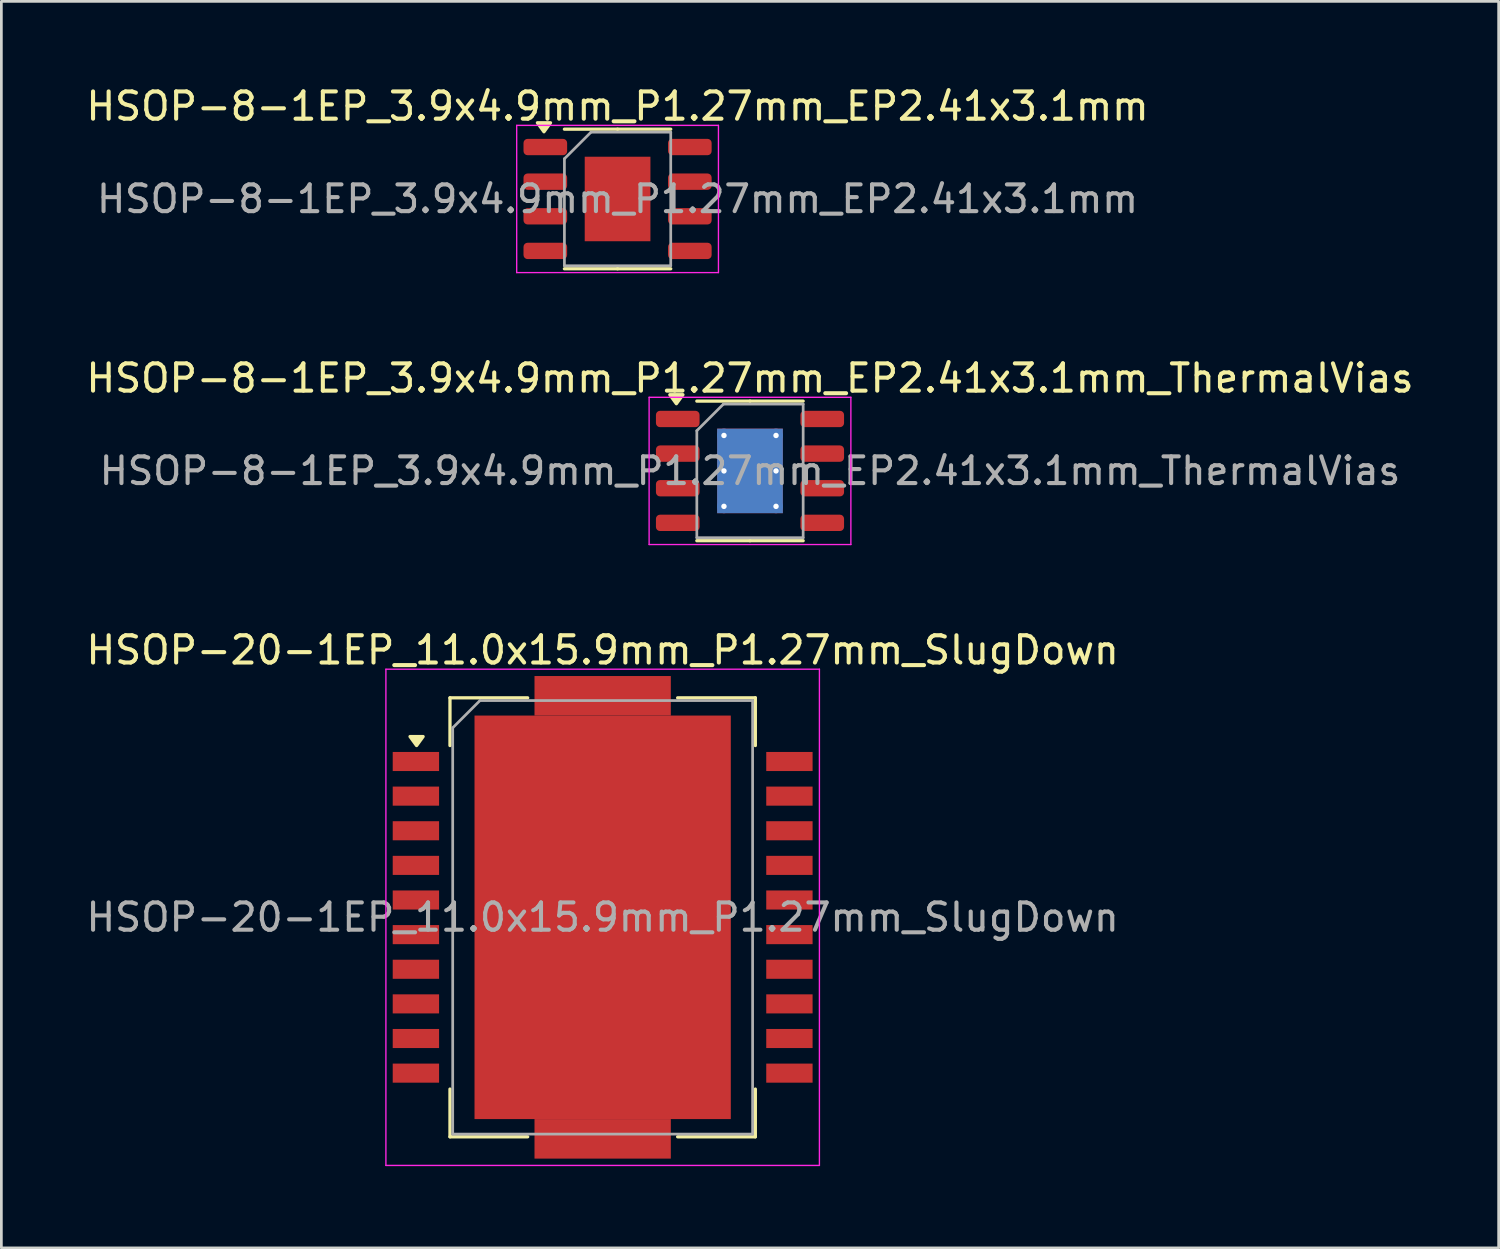
<source format=kicad_pcb>
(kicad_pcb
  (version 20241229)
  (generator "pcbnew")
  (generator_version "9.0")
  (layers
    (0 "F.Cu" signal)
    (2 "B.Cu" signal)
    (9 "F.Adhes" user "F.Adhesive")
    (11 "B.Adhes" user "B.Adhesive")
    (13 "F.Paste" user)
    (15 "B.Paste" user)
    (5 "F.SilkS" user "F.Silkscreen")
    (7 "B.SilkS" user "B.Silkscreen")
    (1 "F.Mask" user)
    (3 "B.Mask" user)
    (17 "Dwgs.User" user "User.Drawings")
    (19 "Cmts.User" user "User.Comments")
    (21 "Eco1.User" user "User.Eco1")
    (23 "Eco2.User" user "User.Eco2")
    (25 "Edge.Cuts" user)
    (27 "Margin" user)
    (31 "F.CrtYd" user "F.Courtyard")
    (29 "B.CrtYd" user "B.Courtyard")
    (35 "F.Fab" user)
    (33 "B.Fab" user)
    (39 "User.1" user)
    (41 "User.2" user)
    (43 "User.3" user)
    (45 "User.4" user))
  (footprint "HSOP-20-1EP_11.0x15.9mm_P1.27mm_SlugDown"
    (layer "F.Cu")
    (at 19.054 30.595)
    (property "Reference" "HSOP-20-1EP_11.0x15.9mm_P1.27mm_SlugDown" (at 0 -9.8 0) (layer "F.SilkS") (effects (font (size 1 1) (thickness 0.15))))
    (attr smd)
    (fp_line (start -5.6 -8.05) (end -5.6 -6.3) (stroke (width 0.12) (type solid)) (layer "F.SilkS"))
    (fp_line (start -5.6 8.05) (end -5.6 6.3) (stroke (width 0.12) (type solid)) (layer "F.SilkS"))
    (fp_line (start -2.75 -8.05) (end -5.6 -8.05) (stroke (width 0.12) (type solid)) (layer "F.SilkS"))
    (fp_line (start -2.75 8.05) (end -5.6 8.05) (stroke (width 0.12) (type solid)) (layer "F.SilkS"))
    (fp_line (start 5.6 -8.05) (end 2.75 -8.05) (stroke (width 0.12) (type solid)) (layer "F.SilkS"))
    (fp_line (start 5.6 -8.05) (end 5.6 -6.3) (stroke (width 0.12) (type solid)) (layer "F.SilkS"))
    (fp_line (start 5.6 8.05) (end 2.75 8.05) (stroke (width 0.12) (type solid)) (layer "F.SilkS"))
    (fp_line (start 5.6 8.05) (end 5.6 6.3) (stroke (width 0.12) (type solid)) (layer "F.SilkS"))
    (fp_poly (pts (xy -6.825 -6.3) (xy -7.065 -6.63) (xy -6.585 -6.63) (xy -6.825 -6.3)) (stroke (width 0.12) (type solid)) (fill yes) (layer "F.SilkS"))
    (fp_line (start -7.95 -9.1) (end -7.95 9.1) (stroke (width 0.05) (type solid)) (layer "F.CrtYd"))
    (fp_line (start -7.95 -9.1) (end 7.95 -9.1) (stroke (width 0.05) (type solid)) (layer "F.CrtYd"))
    (fp_line (start 7.95 9.1) (end -7.95 9.1) (stroke (width 0.05) (type solid)) (layer "F.CrtYd"))
    (fp_line (start 7.95 9.1) (end 7.95 -9.1) (stroke (width 0.05) (type solid)) (layer "F.CrtYd"))
    (fp_line (start -5.5 -6.95) (end -5.5 7.95) (stroke (width 0.1) (type solid)) (layer "F.Fab"))
    (fp_line (start -5.5 7.95) (end 5.5 7.95) (stroke (width 0.1) (type solid)) (layer "F.Fab"))
    (fp_line (start -4.5 -7.95) (end -5.5 -6.95) (stroke (width 0.1) (type solid)) (layer "F.Fab"))
    (fp_line (start 5.5 -7.95) (end -4.5 -7.95) (stroke (width 0.1) (type solid)) (layer "F.Fab"))
    (fp_line (start 5.5 7.95) (end 5.5 -7.95) (stroke (width 0.1) (type solid)) (layer "F.Fab"))
    (fp_text user "${REFERENCE}" (at 0 0 0) (layer "F.Fab") (effects (font (size 1 1) (thickness 0.15))))
    (pad "1" smd rect (at -6.85 -5.715) (size 1.7 0.7) (layers "F.Cu" "F.Mask" "F.Paste"))
    (pad "2" smd rect (at -6.85 -4.445) (size 1.7 0.7) (layers "F.Cu" "F.Mask" "F.Paste"))
    (pad "3" smd rect (at -6.85 -3.175) (size 1.7 0.7) (layers "F.Cu" "F.Mask" "F.Paste"))
    (pad "4" smd rect (at -6.85 -1.905) (size 1.7 0.7) (layers "F.Cu" "F.Mask" "F.Paste"))
    (pad "5" smd rect (at -6.85 -0.635) (size 1.7 0.7) (layers "F.Cu" "F.Mask" "F.Paste"))
    (pad "6" smd rect (at -6.85 0.635) (size 1.7 0.7) (layers "F.Cu" "F.Mask" "F.Paste"))
    (pad "7" smd rect (at -6.85 1.905) (size 1.7 0.7) (layers "F.Cu" "F.Mask" "F.Paste"))
    (pad "8" smd rect (at -6.85 3.175) (size 1.7 0.7) (layers "F.Cu" "F.Mask" "F.Paste"))
    (pad "9" smd rect (at -6.85 4.445) (size 1.7 0.7) (layers "F.Cu" "F.Mask" "F.Paste"))
    (pad "10" smd rect (at -6.85 5.715) (size 1.7 0.7) (layers "F.Cu" "F.Mask" "F.Paste"))
    (pad "11" smd rect (at 6.85 5.715) (size 1.7 0.7) (layers "F.Cu" "F.Mask" "F.Paste"))
    (pad "12" smd rect (at 6.85 4.445) (size 1.7 0.7) (layers "F.Cu" "F.Mask" "F.Paste"))
    (pad "13" smd rect (at 6.85 3.175) (size 1.7 0.7) (layers "F.Cu" "F.Mask" "F.Paste"))
    (pad "14" smd rect (at 6.85 1.905) (size 1.7 0.7) (layers "F.Cu" "F.Mask" "F.Paste"))
    (pad "15" smd rect (at 6.85 0.635) (size 1.7 0.7) (layers "F.Cu" "F.Mask" "F.Paste"))
    (pad "16" smd rect (at 6.85 -0.635) (size 1.7 0.7) (layers "F.Cu" "F.Mask" "F.Paste"))
    (pad "17" smd rect (at 6.85 -1.905) (size 1.7 0.7) (layers "F.Cu" "F.Mask" "F.Paste"))
    (pad "18" smd rect (at 6.85 -3.175) (size 1.7 0.7) (layers "F.Cu" "F.Mask" "F.Paste"))
    (pad "19" smd rect (at 6.85 -4.445) (size 1.7 0.7) (layers "F.Cu" "F.Mask" "F.Paste"))
    (pad "20" smd rect (at 6.85 -5.715) (size 1.7 0.7) (layers "F.Cu" "F.Mask" "F.Paste"))
    (pad "21" smd rect (at 0 -8.125) (size 5 1.45) (layers "F.Cu" "F.Mask" "F.Paste"))
    (pad "21" smd rect (at 0 0) (size 9.4 14.8) (layers "F.Cu" "F.Mask" "F.Paste"))
    (pad "21" smd rect (at 0 8.125) (size 5 1.45) (layers "F.Cu" "F.Mask" "F.Paste")))
  (footprint "HSOP-8-1EP_3.9x4.9mm_P1.27mm_EP2.41x3.1mm_ThermalVias"
    (layer "F.Cu")
    (at 24.458 14.222)
    (property "Reference" "HSOP-8-1EP_3.9x4.9mm_P1.27mm_EP2.41x3.1mm_ThermalVias" (at 0 -3.4 0) (layer "F.SilkS") (effects (font (size 1 1) (thickness 0.15))))
    (attr smd)
    (fp_line (start 0 -2.56) (end -1.95 -2.56) (stroke (width 0.12) (type solid)) (layer "F.SilkS"))
    (fp_line (start 0 -2.56) (end 1.95 -2.56) (stroke (width 0.12) (type solid)) (layer "F.SilkS"))
    (fp_line (start 0 2.56) (end -1.95 2.56) (stroke (width 0.12) (type solid)) (layer "F.SilkS"))
    (fp_line (start 0 2.56) (end 1.95 2.56) (stroke (width 0.12) (type solid)) (layer "F.SilkS"))
    (fp_poly (pts (xy -2.7 -2.465) (xy -2.94 -2.795) (xy -2.46 -2.795) (xy -2.7 -2.465)) (stroke (width 0.12) (type solid)) (fill yes) (layer "F.SilkS"))
    (fp_line (start -3.7 -2.7) (end -3.7 2.7) (stroke (width 0.05) (type solid)) (layer "F.CrtYd"))
    (fp_line (start -3.7 2.7) (end 3.7 2.7) (stroke (width 0.05) (type solid)) (layer "F.CrtYd"))
    (fp_line (start 3.7 -2.7) (end -3.7 -2.7) (stroke (width 0.05) (type solid)) (layer "F.CrtYd"))
    (fp_line (start 3.7 2.7) (end 3.7 -2.7) (stroke (width 0.05) (type solid)) (layer "F.CrtYd"))
    (fp_line (start -1.95 -1.475) (end -0.975 -2.45) (stroke (width 0.1) (type solid)) (layer "F.Fab"))
    (fp_line (start -1.95 2.45) (end -1.95 -1.475) (stroke (width 0.1) (type solid)) (layer "F.Fab"))
    (fp_line (start -0.975 -2.45) (end 1.95 -2.45) (stroke (width 0.1) (type solid)) (layer "F.Fab"))
    (fp_line (start 1.95 -2.45) (end 1.95 2.45) (stroke (width 0.1) (type solid)) (layer "F.Fab"))
    (fp_line (start 1.95 2.45) (end -1.95 2.45) (stroke (width 0.1) (type solid)) (layer "F.Fab"))
    (fp_text user "${REFERENCE}" (at 0 0 0) (layer "F.Fab") (effects (font (size 0.98 0.98) (thickness 0.15))))
    (pad "" smd roundrect (at -0.6 -0.775) (size 0.97 1.25) (layers "F.Paste") (roundrect_rratio 0.25))
    (pad "" smd roundrect (at -0.6 0.775) (size 0.97 1.25) (layers "F.Paste") (roundrect_rratio 0.25))
    (pad "" smd roundrect (at 0.6 -0.775) (size 0.97 1.25) (layers "F.Paste") (roundrect_rratio 0.25))
    (pad "" smd roundrect (at 0.6 0.775) (size 0.97 1.25) (layers "F.Paste") (roundrect_rratio 0.25))
    (pad "1" smd roundrect (at -2.65 -1.905) (size 1.6 0.6) (layers "F.Cu" "F.Mask" "F.Paste") (roundrect_rratio 0.25))
    (pad "2" smd roundrect (at -2.65 -0.635) (size 1.6 0.6) (layers "F.Cu" "F.Mask" "F.Paste") (roundrect_rratio 0.25))
    (pad "3" smd roundrect (at -2.65 0.635) (size 1.6 0.6) (layers "F.Cu" "F.Mask" "F.Paste") (roundrect_rratio 0.25))
    (pad "4" smd roundrect (at -2.65 1.905) (size 1.6 0.6) (layers "F.Cu" "F.Mask" "F.Paste") (roundrect_rratio 0.25))
    (pad "5" smd roundrect (at 2.65 1.905) (size 1.6 0.6) (layers "F.Cu" "F.Mask" "F.Paste") (roundrect_rratio 0.25))
    (pad "6" smd roundrect (at 2.65 0.635) (size 1.6 0.6) (layers "F.Cu" "F.Mask" "F.Paste") (roundrect_rratio 0.25))
    (pad "7" smd roundrect (at 2.65 -0.635) (size 1.6 0.6) (layers "F.Cu" "F.Mask" "F.Paste") (roundrect_rratio 0.25))
    (pad "8" smd roundrect (at 2.65 -1.905) (size 1.6 0.6) (layers "F.Cu" "F.Mask" "F.Paste") (roundrect_rratio 0.25))
    (pad "9" thru_hole circle (at -0.955 -1.3) (size 0.5 0.5) (drill 0.2) (property pad_prop_heatsink) (layers "*.Cu"))
    (pad "9" thru_hole circle (at -0.955 0) (size 0.5 0.5) (drill 0.2) (property pad_prop_heatsink) (layers "*.Cu"))
    (pad "9" thru_hole circle (at -0.955 1.3) (size 0.5 0.5) (drill 0.2) (property pad_prop_heatsink) (layers "*.Cu"))
    (pad "9" smd rect (at 0 0) (size 2.41 3.1) (property pad_prop_heatsink) (layers "F.Cu" "F.Mask"))
    (pad "9" smd rect (at 0 0) (size 2.41 3.1) (property pad_prop_heatsink) (layers "B.Cu"))
    (pad "9" thru_hole circle (at 0.955 -1.3) (size 0.5 0.5) (drill 0.2) (property pad_prop_heatsink) (layers "*.Cu"))
    (pad "9" thru_hole circle (at 0.955 0) (size 0.5 0.5) (drill 0.2) (property pad_prop_heatsink) (layers "*.Cu"))
    (pad "9" thru_hole circle (at 0.955 1.3) (size 0.5 0.5) (drill 0.2) (property pad_prop_heatsink) (layers "*.Cu")))
  (footprint "HSOP-8-1EP_3.9x4.9mm_P1.27mm_EP2.41x3.1mm"
    (layer "F.Cu")
    (at 19.601 4.248)
    (property "Reference" "HSOP-8-1EP_3.9x4.9mm_P1.27mm_EP2.41x3.1mm" (at 0 -3.4 0) (layer "F.SilkS") (effects (font (size 1 1) (thickness 0.15))))
    (attr smd)
    (fp_line (start 0 -2.56) (end -1.95 -2.56) (stroke (width 0.12) (type solid)) (layer "F.SilkS"))
    (fp_line (start 0 -2.56) (end 1.95 -2.56) (stroke (width 0.12) (type solid)) (layer "F.SilkS"))
    (fp_line (start 0 2.56) (end -1.95 2.56) (stroke (width 0.12) (type solid)) (layer "F.SilkS"))
    (fp_line (start 0 2.56) (end 1.95 2.56) (stroke (width 0.12) (type solid)) (layer "F.SilkS"))
    (fp_poly (pts (xy -2.7 -2.465) (xy -2.94 -2.795) (xy -2.46 -2.795) (xy -2.7 -2.465)) (stroke (width 0.12) (type solid)) (fill yes) (layer "F.SilkS"))
    (fp_line (start -3.7 -2.7) (end -3.7 2.7) (stroke (width 0.05) (type solid)) (layer "F.CrtYd"))
    (fp_line (start -3.7 2.7) (end 3.7 2.7) (stroke (width 0.05) (type solid)) (layer "F.CrtYd"))
    (fp_line (start 3.7 -2.7) (end -3.7 -2.7) (stroke (width 0.05) (type solid)) (layer "F.CrtYd"))
    (fp_line (start 3.7 2.7) (end 3.7 -2.7) (stroke (width 0.05) (type solid)) (layer "F.CrtYd"))
    (fp_line (start -1.95 -1.475) (end -0.975 -2.45) (stroke (width 0.1) (type solid)) (layer "F.Fab"))
    (fp_line (start -1.95 2.45) (end -1.95 -1.475) (stroke (width 0.1) (type solid)) (layer "F.Fab"))
    (fp_line (start -0.975 -2.45) (end 1.95 -2.45) (stroke (width 0.1) (type solid)) (layer "F.Fab"))
    (fp_line (start 1.95 -2.45) (end 1.95 2.45) (stroke (width 0.1) (type solid)) (layer "F.Fab"))
    (fp_line (start 1.95 2.45) (end -1.95 2.45) (stroke (width 0.1) (type solid)) (layer "F.Fab"))
    (fp_text user "${REFERENCE}" (at 0 0 0) (layer "F.Fab") (effects (font (size 0.98 0.98) (thickness 0.15))))
    (pad "" smd roundrect (at -0.6 -0.775) (size 0.97 1.25) (layers "F.Paste") (roundrect_rratio 0.25))
    (pad "" smd roundrect (at -0.6 0.775) (size 0.97 1.25) (layers "F.Paste") (roundrect_rratio 0.25))
    (pad "" smd roundrect (at 0.6 -0.775) (size 0.97 1.25) (layers "F.Paste") (roundrect_rratio 0.25))
    (pad "" smd roundrect (at 0.6 0.775) (size 0.97 1.25) (layers "F.Paste") (roundrect_rratio 0.25))
    (pad "1" smd roundrect (at -2.65 -1.905) (size 1.6 0.6) (layers "F.Cu" "F.Mask" "F.Paste") (roundrect_rratio 0.25))
    (pad "2" smd roundrect (at -2.65 -0.635) (size 1.6 0.6) (layers "F.Cu" "F.Mask" "F.Paste") (roundrect_rratio 0.25))
    (pad "3" smd roundrect (at -2.65 0.635) (size 1.6 0.6) (layers "F.Cu" "F.Mask" "F.Paste") (roundrect_rratio 0.25))
    (pad "4" smd roundrect (at -2.65 1.905) (size 1.6 0.6) (layers "F.Cu" "F.Mask" "F.Paste") (roundrect_rratio 0.25))
    (pad "5" smd roundrect (at 2.65 1.905) (size 1.6 0.6) (layers "F.Cu" "F.Mask" "F.Paste") (roundrect_rratio 0.25))
    (pad "6" smd roundrect (at 2.65 0.635) (size 1.6 0.6) (layers "F.Cu" "F.Mask" "F.Paste") (roundrect_rratio 0.25))
    (pad "7" smd roundrect (at 2.65 -0.635) (size 1.6 0.6) (layers "F.Cu" "F.Mask" "F.Paste") (roundrect_rratio 0.25))
    (pad "8" smd roundrect (at 2.65 -1.905) (size 1.6 0.6) (layers "F.Cu" "F.Mask" "F.Paste") (roundrect_rratio 0.25))
    (pad "9" smd rect (at 0 0) (size 2.41 3.1) (property pad_prop_heatsink) (layers "F.Cu" "F.Mask")))
  (gr_rect
    (start -3 -3)
    (end 51.917 42.72)
    (stroke (width 0.1) (type default))
    (fill no)
    (layer "Edge.Cuts")))
</source>
